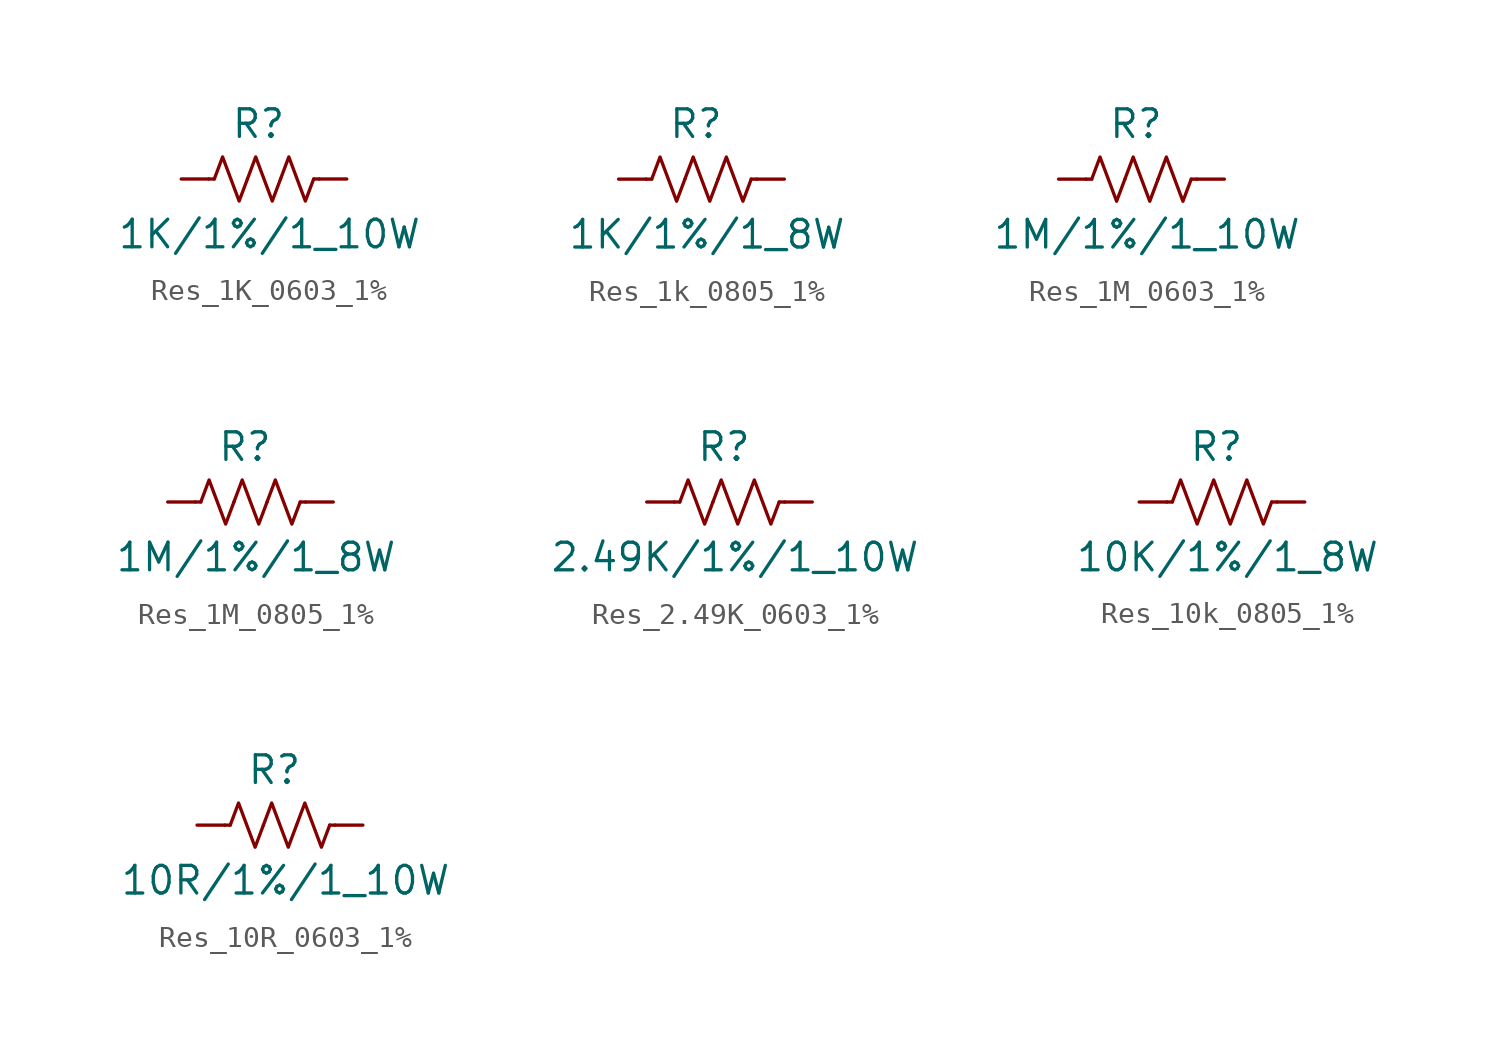
<source format=kicad_sym>
(kicad_symbol_lib
  (version 20231120)
  (generator "kicad_symbol_editor")
  (generator_version "8.0")
  (symbol "Res_1K_0603_1%"
    (pin_numbers hide)
    (pin_names hide)
    (property "Reference" "R"
      (at 3.556 2.54 0)
      (effects (font (size 1.27 1.27))))
    (property "Value" "1K/1%/1_10W"
      (at 4.064 -2.54 0)
      (effects (font (size 1.27 1.27))))
    (symbol "Res_1K_0603_1%_0_1"
      (polyline (pts (xy 1.524 0) (xy 1.27 0)) (stroke (width 0) (type default)) (fill (type none)))
      (polyline (pts (xy 6.096 0) (xy 6.35 0)) (stroke (width 0) (type default)) (fill (type none)))
      (polyline (pts (xy 1.524 0) (xy 1.905 1.016) (xy 2.286 0) (xy 2.667 -1.016) (xy 3.048 0)) (stroke (width 0) (type default)) (fill (type none)))
      (polyline (pts (xy 3.048 0) (xy 3.429 1.016) (xy 3.81 0) (xy 4.191 -1.016) (xy 4.572 0)) (stroke (width 0) (type default)) (fill (type none)))
      (polyline (pts (xy 4.572 0) (xy 4.953 1.016) (xy 5.334 0) (xy 5.715 -1.016) (xy 6.096 0)) (stroke (width 0) (type default)) (fill (type none))))
    (symbol "Res_1K_0603_1%_1_1"
      (pin passive line (at 0 0 0) (length 1.27) (name "~" (effects (font (size 1.27 1.27)))) (number "1" (effects (font (size 1.27 1.27)))))
      (pin passive line (at 7.62 0 180) (length 1.27) (name "~" (effects (font (size 1.27 1.27)))) (number "2" (effects (font (size 1.27 1.27)))))))
  (symbol "Res_1k_0805_1%"
    (pin_numbers hide)
    (pin_names hide)
    (property "Reference" "R"
      (at 3.556 2.54 0)
      (effects (font (size 1.27 1.27))))
    (property "Value" "1K/1%/1_8W"
      (at 4.064 -2.54 0)
      (effects (font (size 1.27 1.27))))
    (symbol "Res_1k_0805_1%_0_1"
      (polyline (pts (xy 1.524 0) (xy 1.27 0)) (stroke (width 0) (type default)) (fill (type none)))
      (polyline (pts (xy 6.096 0) (xy 6.35 0)) (stroke (width 0) (type default)) (fill (type none)))
      (polyline (pts (xy 1.524 0) (xy 1.905 1.016) (xy 2.286 0) (xy 2.667 -1.016) (xy 3.048 0)) (stroke (width 0) (type default)) (fill (type none)))
      (polyline (pts (xy 3.048 0) (xy 3.429 1.016) (xy 3.81 0) (xy 4.191 -1.016) (xy 4.572 0)) (stroke (width 0) (type default)) (fill (type none)))
      (polyline (pts (xy 4.572 0) (xy 4.953 1.016) (xy 5.334 0) (xy 5.715 -1.016) (xy 6.096 0)) (stroke (width 0) (type default)) (fill (type none))))
    (symbol "Res_1k_0805_1%_1_1"
      (pin passive line (at 0 0 0) (length 1.27) (name "~" (effects (font (size 1.27 1.27)))) (number "1" (effects (font (size 1.27 1.27)))))
      (pin passive line (at 7.62 0 180) (length 1.27) (name "~" (effects (font (size 1.27 1.27)))) (number "2" (effects (font (size 1.27 1.27)))))))
  (symbol "Res_1M_0603_1%"
    (pin_numbers hide)
    (pin_names hide)
    (property "Reference" "R"
      (at 3.556 2.54 0)
      (effects (font (size 1.27 1.27))))
    (property "Value" "1M/1%/1_10W"
      (at 4.064 -2.54 0)
      (effects (font (size 1.27 1.27))))
    (symbol "Res_1M_0603_1%_0_1"
      (polyline (pts (xy 1.524 0) (xy 1.27 0)) (stroke (width 0) (type default)) (fill (type none)))
      (polyline (pts (xy 6.096 0) (xy 6.35 0)) (stroke (width 0) (type default)) (fill (type none)))
      (polyline (pts (xy 1.524 0) (xy 1.905 1.016) (xy 2.286 0) (xy 2.667 -1.016) (xy 3.048 0)) (stroke (width 0) (type default)) (fill (type none)))
      (polyline (pts (xy 3.048 0) (xy 3.429 1.016) (xy 3.81 0) (xy 4.191 -1.016) (xy 4.572 0)) (stroke (width 0) (type default)) (fill (type none)))
      (polyline (pts (xy 4.572 0) (xy 4.953 1.016) (xy 5.334 0) (xy 5.715 -1.016) (xy 6.096 0)) (stroke (width 0) (type default)) (fill (type none))))
    (symbol "Res_1M_0603_1%_1_1"
      (pin passive line (at 0 0 0) (length 1.27) (name "~" (effects (font (size 1.27 1.27)))) (number "1" (effects (font (size 1.27 1.27)))))
      (pin passive line (at 7.62 0 180) (length 1.27) (name "~" (effects (font (size 1.27 1.27)))) (number "2" (effects (font (size 1.27 1.27)))))))
  (symbol "Res_1M_0805_1%"
    (pin_numbers hide)
    (pin_names hide)
    (property "Reference" "R"
      (at 3.556 2.54 0)
      (effects (font (size 1.27 1.27))))
    (property "Value" "1M/1%/1_8W"
      (at 4.064 -2.54 0)
      (effects (font (size 1.27 1.27))))
    (symbol "Res_1M_0805_1%_0_1"
      (polyline (pts (xy 1.524 0) (xy 1.27 0)) (stroke (width 0) (type default)) (fill (type none)))
      (polyline (pts (xy 6.096 0) (xy 6.35 0)) (stroke (width 0) (type default)) (fill (type none)))
      (polyline (pts (xy 1.524 0) (xy 1.905 1.016) (xy 2.286 0) (xy 2.667 -1.016) (xy 3.048 0)) (stroke (width 0) (type default)) (fill (type none)))
      (polyline (pts (xy 3.048 0) (xy 3.429 1.016) (xy 3.81 0) (xy 4.191 -1.016) (xy 4.572 0)) (stroke (width 0) (type default)) (fill (type none)))
      (polyline (pts (xy 4.572 0) (xy 4.953 1.016) (xy 5.334 0) (xy 5.715 -1.016) (xy 6.096 0)) (stroke (width 0) (type default)) (fill (type none))))
    (symbol "Res_1M_0805_1%_1_1"
      (pin passive line (at 0 0 0) (length 1.27) (name "~" (effects (font (size 1.27 1.27)))) (number "1" (effects (font (size 1.27 1.27)))))
      (pin passive line (at 7.62 0 180) (length 1.27) (name "~" (effects (font (size 1.27 1.27)))) (number "2" (effects (font (size 1.27 1.27)))))))
  (symbol "Res_2.49K_0603_1%"
    (pin_numbers hide)
    (pin_names hide)
    (property "Reference" "R"
      (at 3.556 2.54 0)
      (effects (font (size 1.27 1.27))))
    (property "Value" "2.49K/1%/1_10W"
      (at 4.064 -2.54 0)
      (effects (font (size 1.27 1.27))))
    (symbol "Res_2.49K_0603_1%_0_1"
      (polyline (pts (xy 1.524 0) (xy 1.27 0)) (stroke (width 0) (type default)) (fill (type none)))
      (polyline (pts (xy 6.096 0) (xy 6.35 0)) (stroke (width 0) (type default)) (fill (type none)))
      (polyline (pts (xy 1.524 0) (xy 1.905 1.016) (xy 2.286 0) (xy 2.667 -1.016) (xy 3.048 0)) (stroke (width 0) (type default)) (fill (type none)))
      (polyline (pts (xy 3.048 0) (xy 3.429 1.016) (xy 3.81 0) (xy 4.191 -1.016) (xy 4.572 0)) (stroke (width 0) (type default)) (fill (type none)))
      (polyline (pts (xy 4.572 0) (xy 4.953 1.016) (xy 5.334 0) (xy 5.715 -1.016) (xy 6.096 0)) (stroke (width 0) (type default)) (fill (type none))))
    (symbol "Res_2.49K_0603_1%_1_1"
      (pin passive line (at 0 0 0) (length 1.27) (name "~" (effects (font (size 1.27 1.27)))) (number "1" (effects (font (size 1.27 1.27)))))
      (pin passive line (at 7.62 0 180) (length 1.27) (name "~" (effects (font (size 1.27 1.27)))) (number "2" (effects (font (size 1.27 1.27)))))))
  (symbol "Res_10k_0805_1%"
    (pin_numbers hide)
    (pin_names hide)
    (property "Reference" "R"
      (at 3.556 2.54 0)
      (effects (font (size 1.27 1.27))))
    (property "Value" "10K/1%/1_8W"
      (at 4.064 -2.54 0)
      (effects (font (size 1.27 1.27))))
    (symbol "Res_10k_0805_1%_0_1"
      (polyline (pts (xy 1.524 0) (xy 1.27 0)) (stroke (width 0) (type default)) (fill (type none)))
      (polyline (pts (xy 6.096 0) (xy 6.35 0)) (stroke (width 0) (type default)) (fill (type none)))
      (polyline (pts (xy 1.524 0) (xy 1.905 1.016) (xy 2.286 0) (xy 2.667 -1.016) (xy 3.048 0)) (stroke (width 0) (type default)) (fill (type none)))
      (polyline (pts (xy 3.048 0) (xy 3.429 1.016) (xy 3.81 0) (xy 4.191 -1.016) (xy 4.572 0)) (stroke (width 0) (type default)) (fill (type none)))
      (polyline (pts (xy 4.572 0) (xy 4.953 1.016) (xy 5.334 0) (xy 5.715 -1.016) (xy 6.096 0)) (stroke (width 0) (type default)) (fill (type none))))
    (symbol "Res_10k_0805_1%_1_1"
      (pin passive line (at 0 0 0) (length 1.27) (name "~" (effects (font (size 1.27 1.27)))) (number "1" (effects (font (size 1.27 1.27)))))
      (pin passive line (at 7.62 0 180) (length 1.27) (name "~" (effects (font (size 1.27 1.27)))) (number "2" (effects (font (size 1.27 1.27)))))))
  (symbol "Res_10R_0603_1%"
    (pin_numbers hide)
    (pin_names hide)
    (property "Reference" "R"
      (at 3.556 2.54 0)
      (effects (font (size 1.27 1.27))))
    (property "Value" "10R/1%/1_10W"
      (at 4.064 -2.54 0)
      (effects (font (size 1.27 1.27))))
    (symbol "Res_10R_0603_1%_0_1"
      (polyline (pts (xy 1.524 0) (xy 1.27 0)) (stroke (width 0) (type default)) (fill (type none)))
      (polyline (pts (xy 6.096 0) (xy 6.35 0)) (stroke (width 0) (type default)) (fill (type none)))
      (polyline (pts (xy 1.524 0) (xy 1.905 1.016) (xy 2.286 0) (xy 2.667 -1.016) (xy 3.048 0)) (stroke (width 0) (type default)) (fill (type none)))
      (polyline (pts (xy 3.048 0) (xy 3.429 1.016) (xy 3.81 0) (xy 4.191 -1.016) (xy 4.572 0)) (stroke (width 0) (type default)) (fill (type none)))
      (polyline (pts (xy 4.572 0) (xy 4.953 1.016) (xy 5.334 0) (xy 5.715 -1.016) (xy 6.096 0)) (stroke (width 0) (type default)) (fill (type none))))
    (symbol "Res_10R_0603_1%_1_1"
      (pin passive line (at 0 0 0) (length 1.27) (name "~" (effects (font (size 1.27 1.27)))) (number "1" (effects (font (size 1.27 1.27)))))
      (pin passive line (at 7.62 0 180) (length 1.27) (name "~" (effects (font (size 1.27 1.27)))) (number "2" (effects (font (size 1.27 1.27))))))))
</source>
